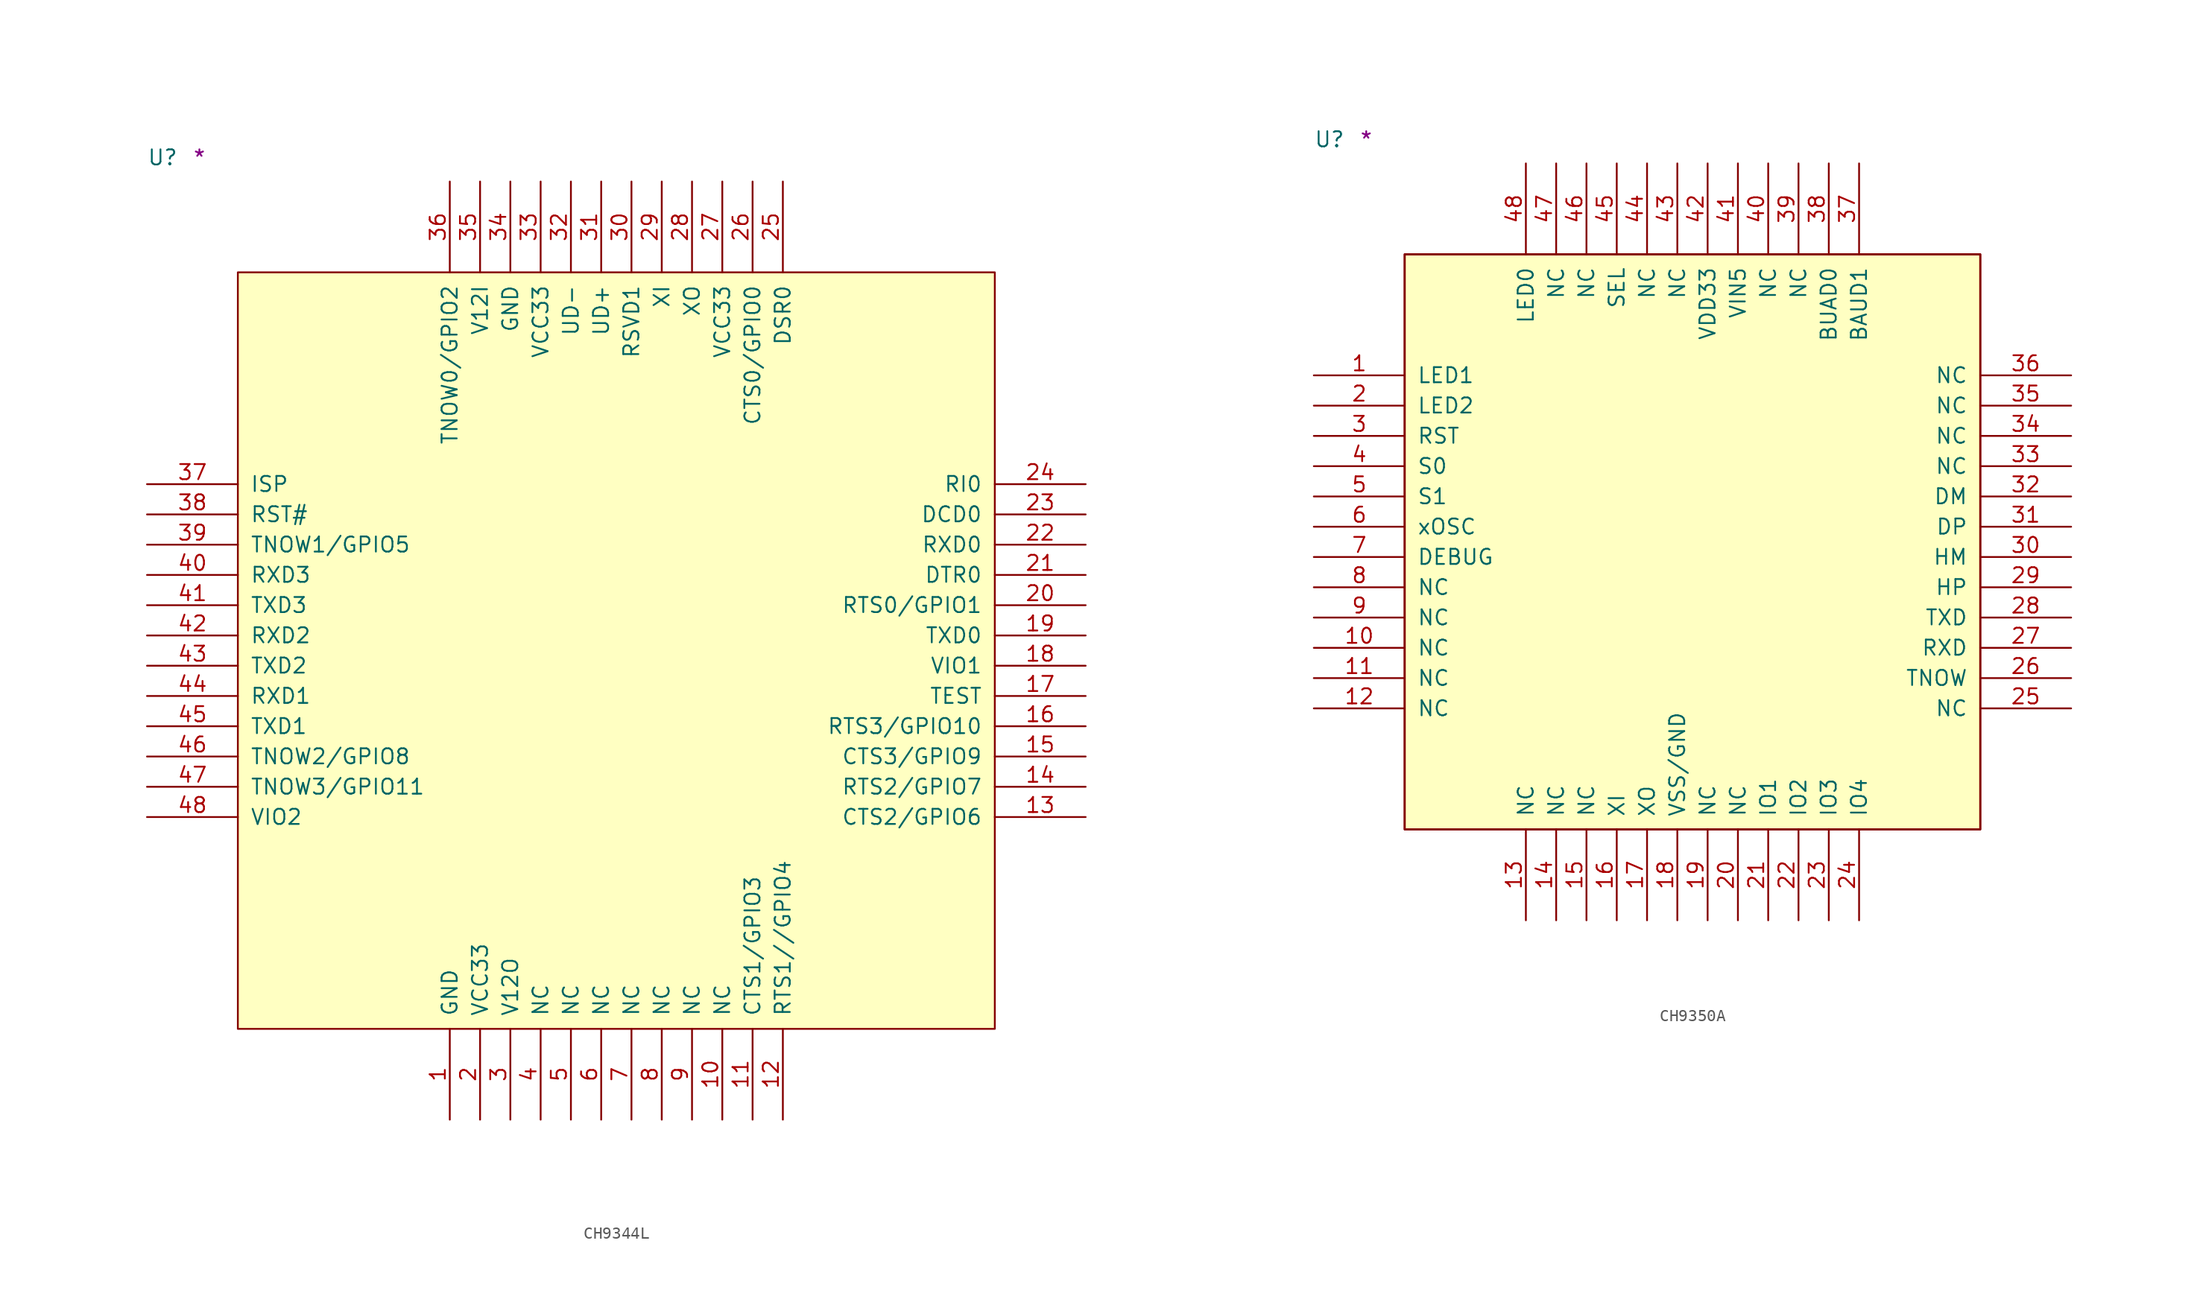
<source format=kicad_sym>
(kicad_symbol_lib
  (version 20211014)
  (generator kicad_symbol_editor)
  (symbol "CH9344L"
    (pin_names
      (offset 1.016))
    (property "Reference" "U"
      (at -7.62 8.89 0)
      (effects (font (size 1.27 1.27)) (justify left bottom)))
    (property "Comment" "*"
      (at -3.81 8.89 0)
      (effects (font (size 1.27 1.27)) (justify left bottom)))
    (symbol "CH9344L_1_1"
      (rectangle (start 0 -63.5) (end 63.5 0) (stroke (width 0) (type default) (color 0 0 0 0)) (fill (type background)))
      (pin power_in line (at 17.78 -71.12 90) (length 7.62) (name "GND" (effects (font (size 1.27 1.27)))) (number "1" (effects (font (size 1.27 1.27)))))
      (pin passive line (at 40.64 -71.12 90) (length 7.62) (name "NC" (effects (font (size 1.27 1.27)))) (number "10" (effects (font (size 1.27 1.27)))))
      (pin bidirectional line (at 43.18 -71.12 90) (length 7.62) (name "CTS1/GPIO3" (effects (font (size 1.27 1.27)))) (number "11" (effects (font (size 1.27 1.27)))))
      (pin bidirectional line (at 45.72 -71.12 90) (length 7.62) (name "RTS1//GPIO4" (effects (font (size 1.27 1.27)))) (number "12" (effects (font (size 1.27 1.27)))))
      (pin bidirectional line (at 71.12 -45.72 180) (length 7.62) (name "CTS2/GPIO6" (effects (font (size 1.27 1.27)))) (number "13" (effects (font (size 1.27 1.27)))))
      (pin bidirectional line (at 71.12 -43.18 180) (length 7.62) (name "RTS2/GPIO7" (effects (font (size 1.27 1.27)))) (number "14" (effects (font (size 1.27 1.27)))))
      (pin bidirectional line (at 71.12 -40.64 180) (length 7.62) (name "CTS3/GPIO9" (effects (font (size 1.27 1.27)))) (number "15" (effects (font (size 1.27 1.27)))))
      (pin bidirectional line (at 71.12 -38.1 180) (length 7.62) (name "RTS3/GPIO10" (effects (font (size 1.27 1.27)))) (number "16" (effects (font (size 1.27 1.27)))))
      (pin output line (at 71.12 -35.56 180) (length 7.62) (name "TEST" (effects (font (size 1.27 1.27)))) (number "17" (effects (font (size 1.27 1.27)))))
      (pin power_in line (at 71.12 -33.02 180) (length 7.62) (name "VIO1" (effects (font (size 1.27 1.27)))) (number "18" (effects (font (size 1.27 1.27)))))
      (pin output line (at 71.12 -30.48 180) (length 7.62) (name "TXD0" (effects (font (size 1.27 1.27)))) (number "19" (effects (font (size 1.27 1.27)))))
      (pin power_in line (at 20.32 -71.12 90) (length 7.62) (name "VCC33" (effects (font (size 1.27 1.27)))) (number "2" (effects (font (size 1.27 1.27)))))
      (pin bidirectional line (at 71.12 -27.94 180) (length 7.62) (name "RTS0/GPIO1" (effects (font (size 1.27 1.27)))) (number "20" (effects (font (size 1.27 1.27)))))
      (pin output line (at 71.12 -25.4 180) (length 7.62) (name "DTR0" (effects (font (size 1.27 1.27)))) (number "21" (effects (font (size 1.27 1.27)))))
      (pin input line (at 71.12 -22.86 180) (length 7.62) (name "RXD0" (effects (font (size 1.27 1.27)))) (number "22" (effects (font (size 1.27 1.27)))))
      (pin input line (at 71.12 -20.32 180) (length 7.62) (name "DCD0" (effects (font (size 1.27 1.27)))) (number "23" (effects (font (size 1.27 1.27)))))
      (pin input line (at 71.12 -17.78 180) (length 7.62) (name "RI0" (effects (font (size 1.27 1.27)))) (number "24" (effects (font (size 1.27 1.27)))))
      (pin input line (at 45.72 7.62 270) (length 7.62) (name "DSR0" (effects (font (size 1.27 1.27)))) (number "25" (effects (font (size 1.27 1.27)))))
      (pin bidirectional line (at 43.18 7.62 270) (length 7.62) (name "CTS0/GPIO0" (effects (font (size 1.27 1.27)))) (number "26" (effects (font (size 1.27 1.27)))))
      (pin power_in line (at 40.64 7.62 270) (length 7.62) (name "VCC33" (effects (font (size 1.27 1.27)))) (number "27" (effects (font (size 1.27 1.27)))))
      (pin output line (at 38.1 7.62 270) (length 7.62) (name "XO" (effects (font (size 1.27 1.27)))) (number "28" (effects (font (size 1.27 1.27)))))
      (pin input line (at 35.56 7.62 270) (length 7.62) (name "XI" (effects (font (size 1.27 1.27)))) (number "29" (effects (font (size 1.27 1.27)))))
      (pin power_in line (at 22.86 -71.12 90) (length 7.62) (name "V12O" (effects (font (size 1.27 1.27)))) (number "3" (effects (font (size 1.27 1.27)))))
      (pin input line (at 33.02 7.62 270) (length 7.62) (name "RSVD1" (effects (font (size 1.27 1.27)))) (number "30" (effects (font (size 1.27 1.27)))))
      (pin bidirectional line (at 30.48 7.62 270) (length 7.62) (name "UD+" (effects (font (size 1.27 1.27)))) (number "31" (effects (font (size 1.27 1.27)))))
      (pin bidirectional line (at 27.94 7.62 270) (length 7.62) (name "UD-" (effects (font (size 1.27 1.27)))) (number "32" (effects (font (size 1.27 1.27)))))
      (pin power_in line (at 25.4 7.62 270) (length 7.62) (name "VCC33" (effects (font (size 1.27 1.27)))) (number "33" (effects (font (size 1.27 1.27)))))
      (pin power_in line (at 22.86 7.62 270) (length 7.62) (name "GND" (effects (font (size 1.27 1.27)))) (number "34" (effects (font (size 1.27 1.27)))))
      (pin power_in line (at 20.32 7.62 270) (length 7.62) (name "V12I" (effects (font (size 1.27 1.27)))) (number "35" (effects (font (size 1.27 1.27)))))
      (pin bidirectional line (at 17.78 7.62 270) (length 7.62) (name "TNOW0/GPIO2" (effects (font (size 1.27 1.27)))) (number "36" (effects (font (size 1.27 1.27)))))
      (pin input line (at -7.62 -17.78 0) (length 7.62) (name "ISP" (effects (font (size 1.27 1.27)))) (number "37" (effects (font (size 1.27 1.27)))))
      (pin input line (at -7.62 -20.32 0) (length 7.62) (name "RST#" (effects (font (size 1.27 1.27)))) (number "38" (effects (font (size 1.27 1.27)))))
      (pin bidirectional line (at -7.62 -22.86 0) (length 7.62) (name "TNOW1/GPIO5" (effects (font (size 1.27 1.27)))) (number "39" (effects (font (size 1.27 1.27)))))
      (pin passive line (at 25.4 -71.12 90) (length 7.62) (name "NC" (effects (font (size 1.27 1.27)))) (number "4" (effects (font (size 1.27 1.27)))))
      (pin input line (at -7.62 -25.4 0) (length 7.62) (name "RXD3" (effects (font (size 1.27 1.27)))) (number "40" (effects (font (size 1.27 1.27)))))
      (pin output line (at -7.62 -27.94 0) (length 7.62) (name "TXD3" (effects (font (size 1.27 1.27)))) (number "41" (effects (font (size 1.27 1.27)))))
      (pin input line (at -7.62 -30.48 0) (length 7.62) (name "RXD2" (effects (font (size 1.27 1.27)))) (number "42" (effects (font (size 1.27 1.27)))))
      (pin output line (at -7.62 -33.02 0) (length 7.62) (name "TXD2" (effects (font (size 1.27 1.27)))) (number "43" (effects (font (size 1.27 1.27)))))
      (pin input line (at -7.62 -35.56 0) (length 7.62) (name "RXD1" (effects (font (size 1.27 1.27)))) (number "44" (effects (font (size 1.27 1.27)))))
      (pin output line (at -7.62 -38.1 0) (length 7.62) (name "TXD1" (effects (font (size 1.27 1.27)))) (number "45" (effects (font (size 1.27 1.27)))))
      (pin bidirectional line (at -7.62 -40.64 0) (length 7.62) (name "TNOW2/GPIO8" (effects (font (size 1.27 1.27)))) (number "46" (effects (font (size 1.27 1.27)))))
      (pin bidirectional line (at -7.62 -43.18 0) (length 7.62) (name "TNOW3/GPIO11" (effects (font (size 1.27 1.27)))) (number "47" (effects (font (size 1.27 1.27)))))
      (pin power_in line (at -7.62 -45.72 0) (length 7.62) (name "VIO2" (effects (font (size 1.27 1.27)))) (number "48" (effects (font (size 1.27 1.27)))))
      (pin passive line (at 27.94 -71.12 90) (length 7.62) (name "NC" (effects (font (size 1.27 1.27)))) (number "5" (effects (font (size 1.27 1.27)))))
      (pin passive line (at 30.48 -71.12 90) (length 7.62) (name "NC" (effects (font (size 1.27 1.27)))) (number "6" (effects (font (size 1.27 1.27)))))
      (pin passive line (at 33.02 -71.12 90) (length 7.62) (name "NC" (effects (font (size 1.27 1.27)))) (number "7" (effects (font (size 1.27 1.27)))))
      (pin passive line (at 35.56 -71.12 90) (length 7.62) (name "NC" (effects (font (size 1.27 1.27)))) (number "8" (effects (font (size 1.27 1.27)))))
      (pin passive line (at 38.1 -71.12 90) (length 7.62) (name "NC" (effects (font (size 1.27 1.27)))) (number "9" (effects (font (size 1.27 1.27)))))))
  (symbol "CH9350A"
    (pin_names
      (offset 1.016))
    (property "Reference" "U"
      (at -7.62 8.89 0)
      (effects (font (size 1.27 1.27)) (justify left bottom)))
    (property "Comment" "*"
      (at -3.81 8.89 0)
      (effects (font (size 1.27 1.27)) (justify left bottom)))
    (symbol "CH9350A_1_1"
      (rectangle (start 0 -48.26) (end 48.26 0) (stroke (width 0) (type default) (color 0 0 0 0)) (fill (type background)))
      (rectangle (start 0 -48.26) (end 48.26 0) (stroke (width 0) (type default) (color 0 0 0 0)) (fill (type background)))
      (rectangle (start 0 -48.26) (end 48.26 0) (stroke (width 0) (type default) (color 0 0 0 0)) (fill (type background)))
      (pin bidirectional line (at -7.62 -10.16 0) (length 7.62) (name "LED1" (effects (font (size 1.27 1.27)))) (number "1" (effects (font (size 1.27 1.27)))))
      (pin bidirectional line (at -7.62 -33.02 0) (length 7.62) (name "NC" (effects (font (size 1.27 1.27)))) (number "10" (effects (font (size 1.27 1.27)))))
      (pin bidirectional line (at -7.62 -35.56 0) (length 7.62) (name "NC" (effects (font (size 1.27 1.27)))) (number "11" (effects (font (size 1.27 1.27)))))
      (pin bidirectional line (at -7.62 -38.1 0) (length 7.62) (name "NC" (effects (font (size 1.27 1.27)))) (number "12" (effects (font (size 1.27 1.27)))))
      (pin passive line (at 10.16 -55.88 90) (length 7.62) (name "NC" (effects (font (size 1.27 1.27)))) (number "13" (effects (font (size 1.27 1.27)))))
      (pin passive line (at 12.7 -55.88 90) (length 7.62) (name "NC" (effects (font (size 1.27 1.27)))) (number "14" (effects (font (size 1.27 1.27)))))
      (pin passive line (at 15.24 -55.88 90) (length 7.62) (name "NC" (effects (font (size 1.27 1.27)))) (number "15" (effects (font (size 1.27 1.27)))))
      (pin bidirectional line (at 17.78 -55.88 90) (length 7.62) (name "XI" (effects (font (size 1.27 1.27)))) (number "16" (effects (font (size 1.27 1.27)))))
      (pin bidirectional line (at 20.32 -55.88 90) (length 7.62) (name "XO" (effects (font (size 1.27 1.27)))) (number "17" (effects (font (size 1.27 1.27)))))
      (pin power_in line (at 22.86 -55.88 90) (length 7.62) (name "VSS/GND" (effects (font (size 1.27 1.27)))) (number "18" (effects (font (size 1.27 1.27)))))
      (pin passive line (at 25.4 -55.88 90) (length 7.62) (name "NC" (effects (font (size 1.27 1.27)))) (number "19" (effects (font (size 1.27 1.27)))))
      (pin bidirectional line (at -7.62 -12.7 0) (length 7.62) (name "LED2" (effects (font (size 1.27 1.27)))) (number "2" (effects (font (size 1.27 1.27)))))
      (pin passive line (at 27.94 -55.88 90) (length 7.62) (name "NC" (effects (font (size 1.27 1.27)))) (number "20" (effects (font (size 1.27 1.27)))))
      (pin bidirectional line (at 30.48 -55.88 90) (length 7.62) (name "IO1" (effects (font (size 1.27 1.27)))) (number "21" (effects (font (size 1.27 1.27)))))
      (pin bidirectional line (at 33.02 -55.88 90) (length 7.62) (name "IO2" (effects (font (size 1.27 1.27)))) (number "22" (effects (font (size 1.27 1.27)))))
      (pin bidirectional line (at 35.56 -55.88 90) (length 7.62) (name "IO3" (effects (font (size 1.27 1.27)))) (number "23" (effects (font (size 1.27 1.27)))))
      (pin passive line (at 38.1 -55.88 90) (length 7.62) (name "IO4" (effects (font (size 1.27 1.27)))) (number "24" (effects (font (size 1.27 1.27)))))
      (pin passive line (at 55.88 -38.1 180) (length 7.62) (name "NC" (effects (font (size 1.27 1.27)))) (number "25" (effects (font (size 1.27 1.27)))))
      (pin bidirectional line (at 55.88 -35.56 180) (length 7.62) (name "TNOW" (effects (font (size 1.27 1.27)))) (number "26" (effects (font (size 1.27 1.27)))))
      (pin bidirectional line (at 55.88 -33.02 180) (length 7.62) (name "RXD" (effects (font (size 1.27 1.27)))) (number "27" (effects (font (size 1.27 1.27)))))
      (pin bidirectional line (at 55.88 -30.48 180) (length 7.62) (name "TXD" (effects (font (size 1.27 1.27)))) (number "28" (effects (font (size 1.27 1.27)))))
      (pin bidirectional line (at 55.88 -27.94 180) (length 7.62) (name "HP" (effects (font (size 1.27 1.27)))) (number "29" (effects (font (size 1.27 1.27)))))
      (pin input line (at -7.62 -15.24 0) (length 7.62) (name "RST" (effects (font (size 1.27 1.27)))) (number "3" (effects (font (size 1.27 1.27)))))
      (pin bidirectional line (at 55.88 -25.4 180) (length 7.62) (name "HM" (effects (font (size 1.27 1.27)))) (number "30" (effects (font (size 1.27 1.27)))))
      (pin bidirectional line (at 55.88 -22.86 180) (length 7.62) (name "DP" (effects (font (size 1.27 1.27)))) (number "31" (effects (font (size 1.27 1.27)))))
      (pin bidirectional line (at 55.88 -20.32 180) (length 7.62) (name "DM" (effects (font (size 1.27 1.27)))) (number "32" (effects (font (size 1.27 1.27)))))
      (pin passive line (at 55.88 -17.78 180) (length 7.62) (name "NC" (effects (font (size 1.27 1.27)))) (number "33" (effects (font (size 1.27 1.27)))))
      (pin passive line (at 55.88 -15.24 180) (length 7.62) (name "NC" (effects (font (size 1.27 1.27)))) (number "34" (effects (font (size 1.27 1.27)))))
      (pin passive line (at 55.88 -12.7 180) (length 7.62) (name "NC" (effects (font (size 1.27 1.27)))) (number "35" (effects (font (size 1.27 1.27)))))
      (pin passive line (at 55.88 -10.16 180) (length 7.62) (name "NC" (effects (font (size 1.27 1.27)))) (number "36" (effects (font (size 1.27 1.27)))))
      (pin bidirectional line (at 38.1 7.62 270) (length 7.62) (name "BAUD1" (effects (font (size 1.27 1.27)))) (number "37" (effects (font (size 1.27 1.27)))))
      (pin bidirectional line (at 35.56 7.62 270) (length 7.62) (name "BUAD0" (effects (font (size 1.27 1.27)))) (number "38" (effects (font (size 1.27 1.27)))))
      (pin passive line (at 33.02 7.62 270) (length 7.62) (name "NC" (effects (font (size 1.27 1.27)))) (number "39" (effects (font (size 1.27 1.27)))))
      (pin bidirectional line (at -7.62 -17.78 0) (length 7.62) (name "S0" (effects (font (size 1.27 1.27)))) (number "4" (effects (font (size 1.27 1.27)))))
      (pin passive line (at 30.48 7.62 270) (length 7.62) (name "NC" (effects (font (size 1.27 1.27)))) (number "40" (effects (font (size 1.27 1.27)))))
      (pin power_in line (at 27.94 7.62 270) (length 7.62) (name "VIN5" (effects (font (size 1.27 1.27)))) (number "41" (effects (font (size 1.27 1.27)))))
      (pin power_in line (at 25.4 7.62 270) (length 7.62) (name "VDD33" (effects (font (size 1.27 1.27)))) (number "42" (effects (font (size 1.27 1.27)))))
      (pin passive line (at 22.86 7.62 270) (length 7.62) (name "NC" (effects (font (size 1.27 1.27)))) (number "43" (effects (font (size 1.27 1.27)))))
      (pin passive line (at 20.32 7.62 270) (length 7.62) (name "NC" (effects (font (size 1.27 1.27)))) (number "44" (effects (font (size 1.27 1.27)))))
      (pin bidirectional line (at 17.78 7.62 270) (length 7.62) (name "SEL" (effects (font (size 1.27 1.27)))) (number "45" (effects (font (size 1.27 1.27)))))
      (pin passive line (at 15.24 7.62 270) (length 7.62) (name "NC" (effects (font (size 1.27 1.27)))) (number "46" (effects (font (size 1.27 1.27)))))
      (pin passive line (at 12.7 7.62 270) (length 7.62) (name "NC" (effects (font (size 1.27 1.27)))) (number "47" (effects (font (size 1.27 1.27)))))
      (pin bidirectional line (at 10.16 7.62 270) (length 7.62) (name "LED0" (effects (font (size 1.27 1.27)))) (number "48" (effects (font (size 1.27 1.27)))))
      (pin bidirectional line (at -7.62 -20.32 0) (length 7.62) (name "S1" (effects (font (size 1.27 1.27)))) (number "5" (effects (font (size 1.27 1.27)))))
      (pin bidirectional line (at -7.62 -22.86 0) (length 7.62) (name "xOSC" (effects (font (size 1.27 1.27)))) (number "6" (effects (font (size 1.27 1.27)))))
      (pin bidirectional line (at -7.62 -25.4 0) (length 7.62) (name "DEBUG" (effects (font (size 1.27 1.27)))) (number "7" (effects (font (size 1.27 1.27)))))
      (pin bidirectional line (at -7.62 -27.94 0) (length 7.62) (name "NC" (effects (font (size 1.27 1.27)))) (number "8" (effects (font (size 1.27 1.27)))))
      (pin bidirectional line (at -7.62 -30.48 0) (length 7.62) (name "NC" (effects (font (size 1.27 1.27)))) (number "9" (effects (font (size 1.27 1.27))))))))
</source>
